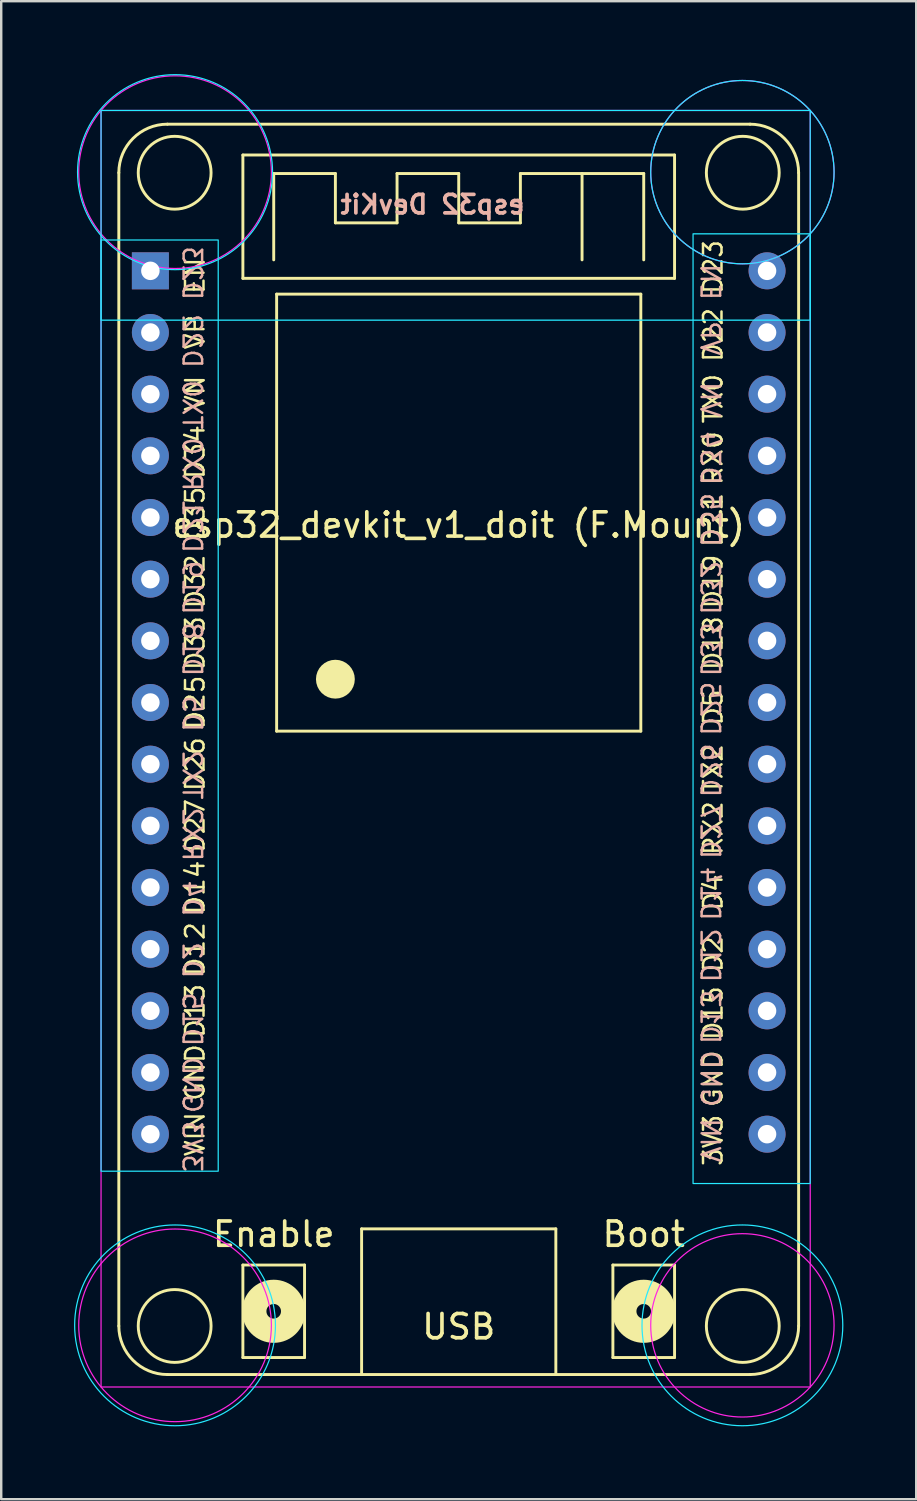
<source format=kicad_pcb>
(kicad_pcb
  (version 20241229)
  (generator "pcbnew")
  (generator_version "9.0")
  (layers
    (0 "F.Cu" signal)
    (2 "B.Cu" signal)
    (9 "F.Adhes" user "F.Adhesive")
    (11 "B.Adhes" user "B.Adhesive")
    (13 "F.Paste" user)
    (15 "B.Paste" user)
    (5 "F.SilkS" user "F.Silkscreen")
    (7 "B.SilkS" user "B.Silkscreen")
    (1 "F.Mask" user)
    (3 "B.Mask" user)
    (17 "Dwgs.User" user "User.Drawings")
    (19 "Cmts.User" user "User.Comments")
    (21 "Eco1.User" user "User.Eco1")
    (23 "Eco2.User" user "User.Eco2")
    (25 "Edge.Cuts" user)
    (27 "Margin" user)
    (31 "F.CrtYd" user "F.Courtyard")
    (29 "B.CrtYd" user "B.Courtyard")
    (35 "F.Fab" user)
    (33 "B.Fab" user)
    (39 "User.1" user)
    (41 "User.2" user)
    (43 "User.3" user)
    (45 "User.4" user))
  (footprint "esp32_devkit_v1_doit (F.Mount)"
    (layer "F.Cu")
    (at 15.844 8.105)
    (property "Reference" "esp32_devkit_v1_doit (F.Mount)" (at 0 10.47 0) (layer "F.SilkS") (effects (font (size 1 1) (thickness 0.15))))
    (attr smd)
    (fp_line (start -14 -4.04) (end -14 43.46) (stroke (width 0.12) (type solid)) (layer "F.SilkS"))
    (fp_line (start -12 -6.04) (end 12 -6.04) (stroke (width 0.12) (type solid)) (layer "F.SilkS"))
    (fp_line (start -12 45.46) (end 12 45.46) (stroke (width 0.12) (type solid)) (layer "F.SilkS"))
    (fp_line (start -8.89 -4.77) (end 8.89 -4.77) (stroke (width 0.12) (type solid)) (layer "F.SilkS"))
    (fp_line (start -8.89 0.31) (end -8.89 -4.77) (stroke (width 0.12) (type solid)) (layer "F.SilkS"))
    (fp_line (start -8.89 40.95) (end -6.35 40.95) (stroke (width 0.12) (type solid)) (layer "F.SilkS"))
    (fp_line (start -8.89 44.76) (end -8.89 40.95) (stroke (width 0.12) (type solid)) (layer "F.SilkS"))
    (fp_line (start -7.62 -4.008) (end -5.08 -4.008) (stroke (width 0.12) (type solid)) (layer "F.SilkS"))
    (fp_line (start -7.62 -0.452) (end -7.62 -4.008) (stroke (width 0.12) (type solid)) (layer "F.SilkS"))
    (fp_line (start -7.5 0.96) (end 7.5 0.96) (stroke (width 0.12) (type solid)) (layer "F.SilkS"))
    (fp_line (start -7.5 18.96) (end -7.5 0.96) (stroke (width 0.12) (type solid)) (layer "F.SilkS"))
    (fp_line (start -6.35 40.95) (end -6.35 44.76) (stroke (width 0.12) (type solid)) (layer "F.SilkS"))
    (fp_line (start -6.35 44.76) (end -8.89 44.76) (stroke (width 0.12) (type solid)) (layer "F.SilkS"))
    (fp_line (start -5.08 -4.008) (end -5.08 -1.976) (stroke (width 0.12) (type solid)) (layer "F.SilkS"))
    (fp_line (start -5.08 -1.976) (end -2.54 -1.976) (stroke (width 0.12) (type solid)) (layer "F.SilkS"))
    (fp_line (start -4 39.46) (end -4 45.46) (stroke (width 0.12) (type solid)) (layer "F.SilkS"))
    (fp_line (start -4 39.46) (end 4 39.46) (stroke (width 0.12) (type solid)) (layer "F.SilkS"))
    (fp_line (start -2.54 -4.008) (end 0 -4.008) (stroke (width 0.12) (type solid)) (layer "F.SilkS"))
    (fp_line (start -2.54 -1.976) (end -2.54 -4.008) (stroke (width 0.12) (type solid)) (layer "F.SilkS"))
    (fp_line (start 0 -4.008) (end 0 -1.976) (stroke (width 0.12) (type solid)) (layer "F.SilkS"))
    (fp_line (start 0 -1.976) (end 2.54 -1.976) (stroke (width 0.12) (type solid)) (layer "F.SilkS"))
    (fp_line (start 2.54 -4.008) (end 7.62 -4.008) (stroke (width 0.12) (type solid)) (layer "F.SilkS"))
    (fp_line (start 2.54 -1.976) (end 2.54 -4.008) (stroke (width 0.12) (type solid)) (layer "F.SilkS"))
    (fp_line (start 4 39.46) (end 4 45.46) (stroke (width 0.12) (type solid)) (layer "F.SilkS"))
    (fp_line (start 5.08 -4.008) (end 5.08 -0.452) (stroke (width 0.12) (type solid)) (layer "F.SilkS"))
    (fp_line (start 6.35 40.95) (end 8.89 40.95) (stroke (width 0.12) (type solid)) (layer "F.SilkS"))
    (fp_line (start 6.35 44.76) (end 6.35 40.95) (stroke (width 0.12) (type solid)) (layer "F.SilkS"))
    (fp_line (start 7.5 0.96) (end 7.5 18.96) (stroke (width 0.12) (type solid)) (layer "F.SilkS"))
    (fp_line (start 7.5 18.96) (end -7.5 18.96) (stroke (width 0.12) (type solid)) (layer "F.SilkS"))
    (fp_line (start 7.62 -4.008) (end 7.62 -0.452) (stroke (width 0.12) (type solid)) (layer "F.SilkS"))
    (fp_line (start 8.89 -4.77) (end 8.89 0.31) (stroke (width 0.12) (type solid)) (layer "F.SilkS"))
    (fp_line (start 8.89 0.31) (end -8.89 0.31) (stroke (width 0.12) (type solid)) (layer "F.SilkS"))
    (fp_line (start 8.89 40.95) (end 8.89 44.76) (stroke (width 0.12) (type solid)) (layer "F.SilkS"))
    (fp_line (start 8.89 44.76) (end 6.35 44.76) (stroke (width 0.12) (type solid)) (layer "F.SilkS"))
    (fp_line (start 14 43.46) (end 14 -4.04) (stroke (width 0.12) (type solid)) (layer "F.SilkS"))
    (fp_arc (start -14 -4.04) (mid -13.414214 -5.454214) (end -12 -6.04) (stroke (width 0.12) (type solid)) (layer "F.SilkS"))
    (fp_arc (start -12 45.46) (mid -13.414214 44.874214) (end -14 43.46) (stroke (width 0.12) (type solid)) (layer "F.SilkS"))
    (fp_arc (start 12 -6.04) (mid 13.414214 -5.454214) (end 14 -4.04) (stroke (width 0.12) (type solid)) (layer "F.SilkS"))
    (fp_arc (start 14 43.46) (mid 13.414214 44.874214) (end 12 45.46) (stroke (width 0.12) (type solid)) (layer "F.SilkS"))
    (fp_circle (center -11.7 -4.04) (end -10.2 -4.04) (stroke (width 0.12) (type solid)) (fill no) (layer "F.SilkS"))
    (fp_circle (center -11.7 43.46) (end -10.2 43.46) (stroke (width 0.12) (type solid)) (fill no) (layer "F.SilkS"))
    (fp_circle (center -7.62 42.855) (end -7.32 42.855) (stroke (width 1) (type solid)) (fill no) (layer "F.SilkS"))
    (fp_circle (center -5.08 16.82) (end -4.68 16.82) (stroke (width 0.8) (type solid)) (fill no) (layer "F.SilkS"))
    (fp_circle (center 7.62 42.855) (end 7.92 42.855) (stroke (width 1) (type solid)) (fill no) (layer "F.SilkS"))
    (fp_circle (center 11.7 -4.04) (end 13.2 -4.04) (stroke (width 0.12) (type solid)) (fill no) (layer "F.SilkS"))
    (fp_circle (center 11.7 43.46) (end 13.2 43.46) (stroke (width 0.12) (type solid)) (fill no) (layer "F.SilkS"))
    (fp_rect (start -14.732 -6.604) (end 14.478 2.032) (stroke (width 0.05) (type default)) (fill no) (layer "B.CrtYd"))
    (fp_rect (start -14.732 -1.27) (end -9.906 37.084) (stroke (width 0.05) (type default)) (fill no) (layer "B.CrtYd"))
    (fp_rect (start 9.652 -1.524) (end 14.478 37.592) (stroke (width 0.05) (type default)) (fill no) (layer "B.CrtYd"))
    (fp_circle (center -11.684 -4.064) (end -14.986 -6.35) (stroke (width 0.05) (type default)) (fill no) (layer "B.CrtYd"))
    (fp_circle (center -11.684 43.434) (end -14.732 46.228) (stroke (width 0.05) (type default)) (fill no) (layer "B.CrtYd"))
    (fp_circle (center 11.684 -4.064) (end 14.478 -6.604) (stroke (width 0.05) (type default)) (fill no) (layer "B.CrtYd"))
    (fp_circle (center 11.684 43.434) (end 14.732 46.228) (stroke (width 0.05) (type default)) (fill no) (layer "B.CrtYd"))
    (fp_rect (start -14.732 -6.604) (end 14.478 45.974) (stroke (width 0.05) (type default)) (fill no) (layer "F.CrtYd"))
    (fp_circle (center -11.684 -4.064) (end -14.732 -6.604) (stroke (width 0.05) (type default)) (fill no) (layer "F.CrtYd"))
    (fp_circle (center -11.684 43.434) (end -14.732 45.974) (stroke (width 0.05) (type default)) (fill no) (layer "F.CrtYd"))
    (fp_circle (center 11.684 -4.064) (end 14.478 -6.604) (stroke (width 0.05) (type default)) (fill no) (layer "F.CrtYd"))
    (fp_circle (center 11.684 43.434) (end 14.478 45.974) (stroke (width 0.05) (type default)) (fill no) (layer "F.CrtYd"))
    (fp_text user "D19" (at 10.922 13.97 90) (unlocked yes) (layer "F.SilkS") (effects (font (size 0.762 0.762) (thickness 0.102)) (justify left bottom)))
    (fp_text user "D5" (at 10.922 18.796 90) (unlocked yes) (layer "F.SilkS") (effects (font (size 0.762 0.762) (thickness 0.102)) (justify left bottom)))
    (fp_text user "D18" (at 10.922 16.51 90) (unlocked yes) (layer "F.SilkS") (effects (font (size 0.762 0.762) (thickness 0.102)) (justify left bottom)))
    (fp_text user "GND" (at 10.922 33.274 90) (unlocked yes) (layer "F.SilkS") (effects (font (size 0.762 0.762) (thickness 0.102)) (justify bottom)))
    (fp_text user "VIN" (at -10.414 35.56 90) (unlocked yes) (layer "F.SilkS") (effects (font (size 0.762 0.762) (thickness 0.102)) (justify bottom)))
    (fp_text user "D35" (at -10.414 11.176 90) (unlocked yes) (layer "F.SilkS") (effects (font (size 0.762 0.762) (thickness 0.102)) (justify left bottom)))
    (fp_text user "D34" (at -10.414 8.636 90) (unlocked yes) (layer "F.SilkS") (effects (font (size 0.762 0.762) (thickness 0.102)) (justify left bottom)))
    (fp_text user "3V3" (at 10.922 35.814 90) (unlocked yes) (layer "F.SilkS") (effects (font (size 0.762 0.762) (thickness 0.102)) (justify bottom)))
    (fp_text user "D27" (at -10.414 22.86 90) (unlocked yes) (layer "F.SilkS") (effects (font (size 0.762 0.762) (thickness 0.102)) (justify bottom)))
    (fp_text user "D4" (at 10.922 26.416 90) (unlocked yes) (layer "F.SilkS") (effects (font (size 0.762 0.762) (thickness 0.102)) (justify left bottom)))
    (fp_text user "D23" (at 10.922 1.016 90) (unlocked yes) (layer "F.SilkS") (effects (font (size 0.762 0.762) (thickness 0.102)) (justify left bottom)))
    (fp_text user "TX2" (at 10.922 21.59 90) (unlocked yes) (layer "F.SilkS") (effects (font (size 0.762 0.762) (thickness 0.102)) (justify left bottom)))
    (fp_text user "D33" (at -10.414 16.51 90) (unlocked yes) (layer "F.SilkS") (effects (font (size 0.762 0.762) (thickness 0.102)) (justify left bottom)))
    (fp_text user "D22" (at 10.922 3.81 90) (unlocked yes) (layer "F.SilkS") (effects (font (size 0.762 0.762) (thickness 0.102)) (justify left bottom)))
    (fp_text user "VP" (at -10.414 3.302 90) (unlocked yes) (layer "F.SilkS") (effects (font (size 0.762 0.762) (thickness 0.102)) (justify left bottom)))
    (fp_text user "D13" (at -10.414 30.48 90) (unlocked yes) (layer "F.SilkS") (effects (font (size 0.762 0.762) (thickness 0.102)) (justify bottom)))
    (fp_text user "GND" (at -10.414 33.02 90) (unlocked yes) (layer "F.SilkS") (effects (font (size 0.762 0.762) (thickness 0.102)) (justify bottom)))
    (fp_text user "RX0" (at 10.922 8.89 90) (unlocked yes) (layer "F.SilkS") (effects (font (size 0.762 0.762) (thickness 0.102)) (justify left bottom)))
    (fp_text user "D14" (at -10.414 25.4 90) (unlocked yes) (layer "F.SilkS") (effects (font (size 0.762 0.762) (thickness 0.102)) (justify bottom)))
    (fp_text user "D2" (at 10.922 28.956 90) (unlocked yes) (layer "F.SilkS") (effects (font (size 0.762 0.762) (thickness 0.102)) (justify left bottom)))
    (fp_text user "Enable" (at -7.62 39.68 0) (layer "F.SilkS") (effects (font (size 1 1) (thickness 0.15))))
    (fp_text user "D25" (at -10.414 17.78 90) (unlocked yes) (layer "F.SilkS") (effects (font (size 0.762 0.762) (thickness 0.102)) (justify bottom)))
    (fp_text user "D12" (at -10.414 27.94 90) (unlocked yes) (layer "F.SilkS") (effects (font (size 0.762 0.762) (thickness 0.102)) (justify bottom)))
    (fp_text user "D21" (at 10.922 11.43 90) (unlocked yes) (layer "F.SilkS") (effects (font (size 0.762 0.762) (thickness 0.102)) (justify left bottom)))
    (fp_text user "VN" (at -10.414 5.842 90) (unlocked yes) (layer "F.SilkS") (effects (font (size 0.762 0.762) (thickness 0.102)) (justify left bottom)))
    (fp_text user "D26" (at -10.414 20.32 90) (unlocked yes) (layer "F.SilkS") (effects (font (size 0.762 0.762) (thickness 0.102)) (justify bottom)))
    (fp_text user "EN" (at -10.414 1.016 90) (unlocked yes) (layer "F.SilkS") (effects (font (size 0.762 0.762) (thickness 0.102)) (justify left bottom)))
    (fp_text user "D32" (at -10.414 13.97 90) (unlocked yes) (layer "F.SilkS") (effects (font (size 0.762 0.762) (thickness 0.102)) (justify left bottom)))
    (fp_text user "Boot" (at 7.62 39.68 0) (layer "F.SilkS") (effects (font (size 1 1) (thickness 0.15))))
    (fp_text user "RX2" (at 10.922 24.13 90) (unlocked yes) (layer "F.SilkS") (effects (font (size 0.762 0.762) (thickness 0.102)) (justify left bottom)))
    (fp_text user "USB" (at 0 43.49 0) (layer "F.SilkS") (effects (font (size 1 1) (thickness 0.15))))
    (fp_text user "D15" (at 10.922 31.75 90) (unlocked yes) (layer "F.SilkS") (effects (font (size 0.762 0.762) (thickness 0.102)) (justify left bottom)))
    (fp_text user "TX0" (at 10.922 6.35 90) (unlocked yes) (layer "F.SilkS") (effects (font (size 0.762 0.762) (thickness 0.102)) (justify left bottom)))
    (fp_text user "D22" (at -11.43 4.064 270) (unlocked yes) (layer "B.SilkS") (effects (font (size 0.762 0.762) (thickness 0.102)) (justify left bottom mirror)))
    (fp_text user "D19" (at -11.43 14.224 270) (unlocked yes) (layer "B.SilkS") (effects (font (size 0.762 0.762) (thickness 0.102)) (justify left bottom mirror)))
    (fp_text user "VP" (at 9.906 3.556 270) (unlocked yes) (layer "B.SilkS") (effects (font (size 0.762 0.762) (thickness 0.102)) (justify left bottom mirror)))
    (fp_text user "TX2" (at -11.43 21.844 270) (unlocked yes) (layer "B.SilkS") (effects (font (size 0.762 0.762) (thickness 0.102)) (justify left bottom mirror)))
    (fp_text user "RX2" (at -11.43 24.384 270) (unlocked yes) (layer "B.SilkS") (effects (font (size 0.762 0.762) (thickness 0.102)) (justify left bottom mirror)))
    (fp_text user "RX0" (at -11.43 9.144 270) (unlocked yes) (layer "B.SilkS") (effects (font (size 0.762 0.762) (thickness 0.102)) (justify left bottom mirror)))
    (fp_text user "D32" (at 9.906 14.224 270) (unlocked yes) (layer "B.SilkS") (effects (font (size 0.762 0.762) (thickness 0.102)) (justify left bottom mirror)))
    (fp_text user "D27" (at 9.906 23.114 270) (unlocked yes) (layer "B.SilkS") (effects (font (size 0.762 0.762) (thickness 0.102)) (justify bottom mirror)))
    (fp_text user "VN" (at 9.906 6.096 270) (unlocked yes) (layer "B.SilkS") (effects (font (size 0.762 0.762) (thickness 0.102)) (justify left bottom mirror)))
    (fp_text user "esp32 DevKit" (at 2.794 -2.286 0) (unlocked yes) (layer "B.SilkS") (effects (font (size 0.762 0.762) (thickness 0.152) (bold yes)) (justify left bottom mirror)))
    (fp_text user "D21" (at -11.43 11.684 270) (unlocked yes) (layer "B.SilkS") (effects (font (size 0.762 0.762) (thickness 0.102)) (justify left bottom mirror)))
    (fp_text user "D13" (at 9.906 30.734 270) (unlocked yes) (layer "B.SilkS") (effects (font (size 0.762 0.762) (thickness 0.102)) (justify bottom mirror)))
    (fp_text user "D12" (at 9.906 28.194 270) (unlocked yes) (layer "B.SilkS") (effects (font (size 0.762 0.762) (thickness 0.102)) (justify bottom mirror)))
    (fp_text user "D33" (at 9.906 16.764 270) (unlocked yes) (layer "B.SilkS") (effects (font (size 0.762 0.762) (thickness 0.102)) (justify left bottom mirror)))
    (fp_text user "TX0" (at -11.43 6.604 270) (unlocked yes) (layer "B.SilkS") (effects (font (size 0.762 0.762) (thickness 0.102)) (justify left bottom mirror)))
    (fp_text user "D15" (at -11.43 32.004 270) (unlocked yes) (layer "B.SilkS") (effects (font (size 0.762 0.762) (thickness 0.102)) (justify left bottom mirror)))
    (fp_text user "D18" (at -11.43 16.764 270) (unlocked yes) (layer "B.SilkS") (effects (font (size 0.762 0.762) (thickness 0.102)) (justify left bottom mirror)))
    (fp_text user "D14" (at 9.906 25.654 270) (unlocked yes) (layer "B.SilkS") (effects (font (size 0.762 0.762) (thickness 0.102)) (justify bottom mirror)))
    (fp_text user "GND" (at -11.43 33.528 270) (unlocked yes) (layer "B.SilkS") (effects (font (size 0.762 0.762) (thickness 0.102)) (justify bottom mirror)))
    (fp_text user "D25" (at 9.906 18.034 270) (unlocked yes) (layer "B.SilkS") (effects (font (size 0.762 0.762) (thickness 0.102)) (justify bottom mirror)))
    (fp_text user "D4" (at -11.43 26.67 270) (unlocked yes) (layer "B.SilkS") (effects (font (size 0.762 0.762) (thickness 0.102)) (justify left bottom mirror)))
    (fp_text user "EN" (at 9.906 1.27 270) (unlocked yes) (layer "B.SilkS") (effects (font (size 0.762 0.762) (thickness 0.102)) (justify left bottom mirror)))
    (fp_text user "D23" (at -11.43 1.27 270) (unlocked yes) (layer "B.SilkS") (effects (font (size 0.762 0.762) (thickness 0.102)) (justify left bottom mirror)))
    (fp_text user "D35" (at 9.906 11.43 270) (unlocked yes) (layer "B.SilkS") (effects (font (size 0.762 0.762) (thickness 0.102)) (justify left bottom mirror)))
    (fp_text user "GND" (at 9.906 33.274 270) (unlocked yes) (layer "B.SilkS") (effects (font (size 0.762 0.762) (thickness 0.102)) (justify bottom mirror)))
    (fp_text user "D5" (at -11.43 19.05 270) (unlocked yes) (layer "B.SilkS") (effects (font (size 0.762 0.762) (thickness 0.102)) (justify left bottom mirror)))
    (fp_text user "VIN" (at 9.906 35.814 270) (unlocked yes) (layer "B.SilkS") (effects (font (size 0.762 0.762) (thickness 0.102)) (justify bottom mirror)))
    (fp_text user "D26" (at 9.906 20.574 270) (unlocked yes) (layer "B.SilkS") (effects (font (size 0.762 0.762) (thickness 0.102)) (justify bottom mirror)))
    (fp_text user "D2" (at -11.43 29.21 270) (unlocked yes) (layer "B.SilkS") (effects (font (size 0.762 0.762) (thickness 0.102)) (justify left bottom mirror)))
    (fp_text user "D34" (at 9.906 8.89 270) (unlocked yes) (layer "B.SilkS") (effects (font (size 0.762 0.762) (thickness 0.102)) (justify left bottom mirror)))
    (fp_text user "3V3" (at -11.43 36.068 270) (unlocked yes) (layer "B.SilkS") (effects (font (size 0.762 0.762) (thickness 0.102)) (justify bottom mirror)))
    (pad "1" thru_hole rect (at -12.7 0) (size 1.524 1.524) (drill 0.762) (layers "*.Cu" "*.Mask"))
    (pad "2" thru_hole circle (at -12.7 2.54) (size 1.524 1.524) (drill 0.762) (layers "*.Cu" "*.Mask"))
    (pad "3" thru_hole circle (at -12.7 5.08) (size 1.524 1.524) (drill 0.762) (layers "*.Cu" "*.Mask"))
    (pad "4" thru_hole circle (at -12.7 7.62) (size 1.524 1.524) (drill 0.762) (layers "*.Cu" "*.Mask"))
    (pad "5" thru_hole circle (at -12.7 10.16) (size 1.524 1.524) (drill 0.762) (layers "*.Cu" "*.Mask"))
    (pad "6" thru_hole circle (at -12.7 12.7) (size 1.524 1.524) (drill 0.762) (layers "*.Cu" "*.Mask"))
    (pad "7" thru_hole circle (at -12.7 15.24) (size 1.524 1.524) (drill 0.762) (layers "*.Cu" "*.Mask"))
    (pad "8" thru_hole circle (at -12.7 17.78) (size 1.524 1.524) (drill 0.762) (layers "*.Cu" "*.Mask"))
    (pad "9" thru_hole circle (at -12.7 20.32) (size 1.524 1.524) (drill 0.762) (layers "*.Cu" "*.Mask"))
    (pad "10" thru_hole circle (at -12.7 22.86) (size 1.524 1.524) (drill 0.762) (layers "*.Cu" "*.Mask"))
    (pad "11" thru_hole circle (at -12.7 25.4) (size 1.524 1.524) (drill 0.762) (layers "*.Cu" "*.Mask"))
    (pad "12" thru_hole circle (at -12.7 27.94) (size 1.524 1.524) (drill 0.762) (layers "*.Cu" "*.Mask"))
    (pad "13" thru_hole circle (at -12.7 30.48) (size 1.524 1.524) (drill 0.762) (layers "*.Cu" "*.Mask"))
    (pad "14" thru_hole circle (at -12.7 33.02) (size 1.524 1.524) (drill 0.762) (layers "*.Cu" "*.Mask"))
    (pad "15" thru_hole circle (at -12.7 35.56) (size 1.524 1.524) (drill 0.762) (layers "*.Cu" "*.Mask"))
    (pad "16" thru_hole circle (at 12.7 35.56) (size 1.524 1.524) (drill 0.762) (layers "*.Cu" "*.Mask"))
    (pad "17" thru_hole circle (at 12.7 33.02) (size 1.524 1.524) (drill 0.762) (layers "*.Cu" "*.Mask"))
    (pad "18" thru_hole circle (at 12.7 30.48) (size 1.524 1.524) (drill 0.762) (layers "*.Cu" "*.Mask"))
    (pad "19" thru_hole circle (at 12.7 27.94) (size 1.524 1.524) (drill 0.762) (layers "*.Cu" "*.Mask"))
    (pad "20" thru_hole circle (at 12.7 25.4) (size 1.524 1.524) (drill 0.762) (layers "*.Cu" "*.Mask"))
    (pad "21" thru_hole circle (at 12.7 22.86) (size 1.524 1.524) (drill 0.762) (layers "*.Cu" "*.Mask"))
    (pad "22" thru_hole circle (at 12.7 20.32) (size 1.524 1.524) (drill 0.762) (layers "*.Cu" "*.Mask"))
    (pad "23" thru_hole circle (at 12.7 17.78) (size 1.524 1.524) (drill 0.762) (layers "*.Cu" "*.Mask"))
    (pad "24" thru_hole circle (at 12.7 15.24) (size 1.524 1.524) (drill 0.762) (layers "*.Cu" "*.Mask"))
    (pad "25" thru_hole circle (at 12.7 12.7) (size 1.524 1.524) (drill 0.762) (layers "*.Cu" "*.Mask"))
    (pad "26" thru_hole circle (at 12.7 10.16) (size 1.524 1.524) (drill 0.762) (layers "*.Cu" "*.Mask"))
    (pad "27" thru_hole circle (at 12.7 7.62) (size 1.524 1.524) (drill 0.762) (layers "*.Cu" "*.Mask"))
    (pad "28" thru_hole circle (at 12.7 5.08) (size 1.524 1.524) (drill 0.762) (layers "*.Cu" "*.Mask"))
    (pad "29" thru_hole circle (at 12.7 2.54) (size 1.524 1.524) (drill 0.762) (layers "*.Cu" "*.Mask"))
    (pad "30" thru_hole circle (at 12.7 0) (size 1.524 1.524) (drill 0.762) (layers "*.Cu" "*.Mask")))
  (gr_rect
    (start -3 -3)
    (end 34.688 58.699)
    (stroke (width 0.1) (type default))
    (fill no)
    (layer "Edge.Cuts")))
</source>
